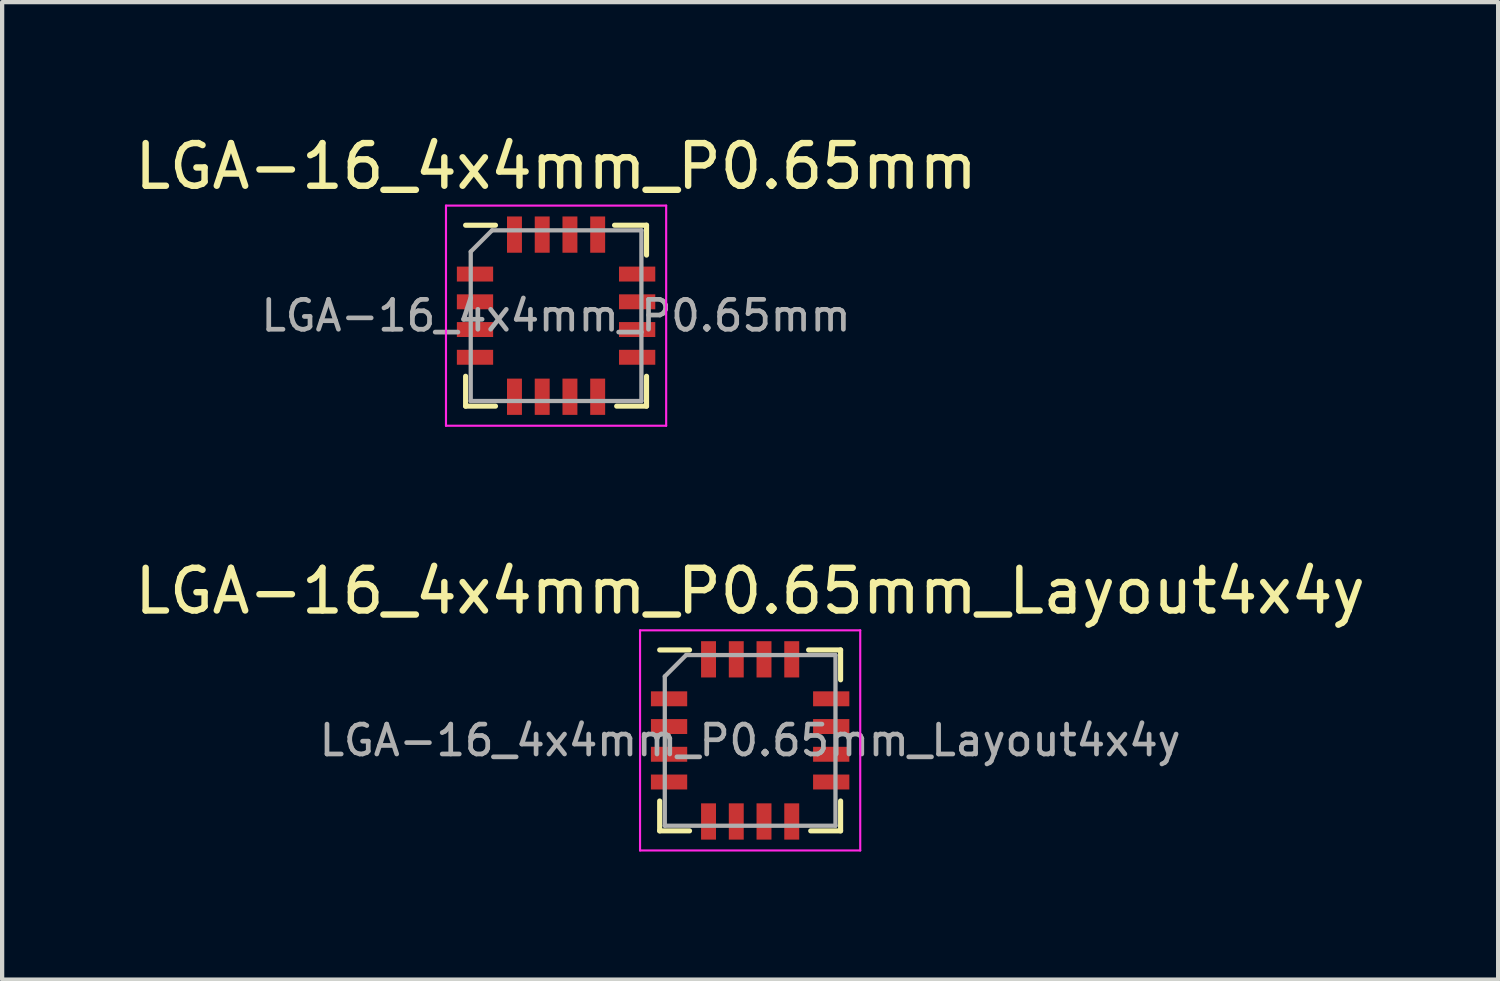
<source format=kicad_pcb>
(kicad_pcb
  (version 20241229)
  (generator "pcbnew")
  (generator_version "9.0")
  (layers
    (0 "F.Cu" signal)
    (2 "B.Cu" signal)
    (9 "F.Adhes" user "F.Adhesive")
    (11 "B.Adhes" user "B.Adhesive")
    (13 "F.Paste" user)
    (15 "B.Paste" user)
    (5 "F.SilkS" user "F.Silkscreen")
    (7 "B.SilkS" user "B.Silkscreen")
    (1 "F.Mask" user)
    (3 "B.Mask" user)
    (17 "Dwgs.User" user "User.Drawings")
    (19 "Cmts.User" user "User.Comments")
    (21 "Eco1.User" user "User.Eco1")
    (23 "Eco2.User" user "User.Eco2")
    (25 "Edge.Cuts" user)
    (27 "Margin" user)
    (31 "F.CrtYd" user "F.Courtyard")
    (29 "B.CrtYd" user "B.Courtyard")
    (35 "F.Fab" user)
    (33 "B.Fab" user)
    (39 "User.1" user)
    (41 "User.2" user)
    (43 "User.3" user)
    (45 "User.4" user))
  (footprint "LGA-16_4x4mm_P0.65mm_Layout4x4y"
    (layer "F.Cu")
    (at 14.53 14.302)
    (property "Reference" "LGA-16_4x4mm_P0.65mm_Layout4x4y" (at 0 -3.5 0) (layer "F.SilkS") (effects (font (size 1 1) (thickness 0.15))))
    (attr smd)
    (fp_line (start -2.12 -2.12) (end -1.42 -2.12) (stroke (width 0.12) (type solid)) (layer "F.SilkS"))
    (fp_line (start -2.12 2.12) (end -2.12 1.42) (stroke (width 0.12) (type solid)) (layer "F.SilkS"))
    (fp_line (start -1.42 2.12) (end -2.12 2.12) (stroke (width 0.12) (type solid)) (layer "F.SilkS"))
    (fp_line (start 1.37 -2.12) (end 2.12 -2.12) (stroke (width 0.12) (type solid)) (layer "F.SilkS"))
    (fp_line (start 2.12 -2.12) (end 2.12 -1.42) (stroke (width 0.12) (type solid)) (layer "F.SilkS"))
    (fp_line (start 2.12 1.42) (end 2.12 2.12) (stroke (width 0.12) (type solid)) (layer "F.SilkS"))
    (fp_line (start 2.12 2.12) (end 1.42 2.12) (stroke (width 0.12) (type solid)) (layer "F.SilkS"))
    (fp_line (start -2.58 -2.58) (end 2.58 -2.58) (stroke (width 0.05) (type solid)) (layer "F.CrtYd"))
    (fp_line (start -2.58 2.58) (end -2.58 -2.58) (stroke (width 0.05) (type solid)) (layer "F.CrtYd"))
    (fp_line (start 2.58 -2.58) (end 2.58 2.58) (stroke (width 0.05) (type solid)) (layer "F.CrtYd"))
    (fp_line (start 2.58 2.58) (end -2.58 2.58) (stroke (width 0.05) (type solid)) (layer "F.CrtYd"))
    (fp_line (start -2 2) (end -2 -1.5) (stroke (width 0.1) (type solid)) (layer "F.Fab"))
    (fp_line (start -1.5 -2) (end -2 -1.5) (stroke (width 0.1) (type solid)) (layer "F.Fab"))
    (fp_line (start -1.5 -2) (end 2 -2) (stroke (width 0.1) (type solid)) (layer "F.Fab"))
    (fp_line (start 2 -2) (end 2 2) (stroke (width 0.1) (type solid)) (layer "F.Fab"))
    (fp_line (start 2 2) (end -2 2) (stroke (width 0.1) (type solid)) (layer "F.Fab"))
    (fp_text user "${REFERENCE}" (at 0 0 0) (layer "F.Fab") (effects (font (size 0.7 0.7) (thickness 0.11))))
    (pad "1" smd rect (at -1.9 -0.975) (size 0.85 0.35) (layers "F.Cu" "F.Mask" "F.Paste"))
    (pad "2" smd rect (at -1.9 -0.325) (size 0.85 0.35) (layers "F.Cu" "F.Mask" "F.Paste"))
    (pad "3" smd rect (at -1.9 0.325) (size 0.85 0.35) (layers "F.Cu" "F.Mask" "F.Paste"))
    (pad "4" smd rect (at -1.9 0.975) (size 0.85 0.35) (layers "F.Cu" "F.Mask" "F.Paste"))
    (pad "5" smd rect (at -0.975 1.9 90) (size 0.85 0.35) (layers "F.Cu" "F.Mask" "F.Paste"))
    (pad "6" smd rect (at -0.325 1.9 90) (size 0.85 0.35) (layers "F.Cu" "F.Mask" "F.Paste"))
    (pad "7" smd rect (at 0.325 1.9 90) (size 0.85 0.35) (layers "F.Cu" "F.Mask" "F.Paste"))
    (pad "8" smd rect (at 0.975 1.9 90) (size 0.85 0.35) (layers "F.Cu" "F.Mask" "F.Paste"))
    (pad "9" smd rect (at 1.9 0.975) (size 0.85 0.35) (layers "F.Cu" "F.Mask" "F.Paste"))
    (pad "10" smd rect (at 1.9 0.325) (size 0.85 0.35) (layers "F.Cu" "F.Mask" "F.Paste"))
    (pad "11" smd rect (at 1.9 -0.325) (size 0.85 0.35) (layers "F.Cu" "F.Mask" "F.Paste"))
    (pad "12" smd rect (at 1.9 -0.975) (size 0.85 0.35) (layers "F.Cu" "F.Mask" "F.Paste"))
    (pad "13" smd rect (at 0.975 -1.9 90) (size 0.85 0.35) (layers "F.Cu" "F.Mask" "F.Paste"))
    (pad "14" smd rect (at 0.325 -1.9 90) (size 0.85 0.35) (layers "F.Cu" "F.Mask" "F.Paste"))
    (pad "15" smd rect (at -0.325 -1.9 90) (size 0.85 0.35) (layers "F.Cu" "F.Mask" "F.Paste"))
    (pad "16" smd rect (at -0.975 -1.9 90) (size 0.85 0.35) (layers "F.Cu" "F.Mask" "F.Paste")))
  (footprint "LGA-16_4x4mm_P0.65mm"
    (layer "F.Cu")
    (at 9.982 4.348)
    (property "Reference" "LGA-16_4x4mm_P0.65mm" (at 0 -3.5 0) (layer "F.SilkS") (effects (font (size 1 1) (thickness 0.15))))
    (attr smd)
    (fp_line (start -2.12 -2.12) (end -1.42 -2.12) (stroke (width 0.12) (type solid)) (layer "F.SilkS"))
    (fp_line (start -2.12 2.12) (end -2.12 1.42) (stroke (width 0.12) (type solid)) (layer "F.SilkS"))
    (fp_line (start -1.42 2.12) (end -2.12 2.12) (stroke (width 0.12) (type solid)) (layer "F.SilkS"))
    (fp_line (start 1.37 -2.12) (end 2.12 -2.12) (stroke (width 0.12) (type solid)) (layer "F.SilkS"))
    (fp_line (start 2.12 -2.12) (end 2.12 -1.42) (stroke (width 0.12) (type solid)) (layer "F.SilkS"))
    (fp_line (start 2.12 1.42) (end 2.12 2.12) (stroke (width 0.12) (type solid)) (layer "F.SilkS"))
    (fp_line (start 2.12 2.12) (end 1.42 2.12) (stroke (width 0.12) (type solid)) (layer "F.SilkS"))
    (fp_line (start -2.58 -2.58) (end 2.58 -2.58) (stroke (width 0.05) (type solid)) (layer "F.CrtYd"))
    (fp_line (start -2.58 2.58) (end -2.58 -2.58) (stroke (width 0.05) (type solid)) (layer "F.CrtYd"))
    (fp_line (start 2.58 -2.58) (end 2.58 2.58) (stroke (width 0.05) (type solid)) (layer "F.CrtYd"))
    (fp_line (start 2.58 2.58) (end -2.58 2.58) (stroke (width 0.05) (type solid)) (layer "F.CrtYd"))
    (fp_line (start -2 2) (end -2 -1.5) (stroke (width 0.1) (type solid)) (layer "F.Fab"))
    (fp_line (start -1.5 -2) (end -2 -1.5) (stroke (width 0.1) (type solid)) (layer "F.Fab"))
    (fp_line (start -1.5 -2) (end 2 -2) (stroke (width 0.1) (type solid)) (layer "F.Fab"))
    (fp_line (start 2 -2) (end 2 2) (stroke (width 0.1) (type solid)) (layer "F.Fab"))
    (fp_line (start 2 2) (end -2 2) (stroke (width 0.1) (type solid)) (layer "F.Fab"))
    (fp_text user "${REFERENCE}" (at 0 0 0) (layer "F.Fab") (effects (font (size 0.7 0.7) (thickness 0.11))))
    (pad "1" smd rect (at -1.9 -0.975) (size 0.85 0.35) (layers "F.Cu" "F.Mask" "F.Paste"))
    (pad "2" smd rect (at -1.9 -0.325) (size 0.85 0.35) (layers "F.Cu" "F.Mask" "F.Paste"))
    (pad "3" smd rect (at -1.9 0.325) (size 0.85 0.35) (layers "F.Cu" "F.Mask" "F.Paste"))
    (pad "4" smd rect (at -1.9 0.975) (size 0.85 0.35) (layers "F.Cu" "F.Mask" "F.Paste"))
    (pad "5" smd rect (at -0.975 1.9 90) (size 0.85 0.35) (layers "F.Cu" "F.Mask" "F.Paste"))
    (pad "6" smd rect (at -0.325 1.9 90) (size 0.85 0.35) (layers "F.Cu" "F.Mask" "F.Paste"))
    (pad "7" smd rect (at 0.325 1.9 90) (size 0.85 0.35) (layers "F.Cu" "F.Mask" "F.Paste"))
    (pad "8" smd rect (at 0.975 1.9 90) (size 0.85 0.35) (layers "F.Cu" "F.Mask" "F.Paste"))
    (pad "9" smd rect (at 1.9 0.975) (size 0.85 0.35) (layers "F.Cu" "F.Mask" "F.Paste"))
    (pad "10" smd rect (at 1.9 0.325) (size 0.85 0.35) (layers "F.Cu" "F.Mask" "F.Paste"))
    (pad "11" smd rect (at 1.9 -0.325) (size 0.85 0.35) (layers "F.Cu" "F.Mask" "F.Paste"))
    (pad "12" smd rect (at 1.9 -0.975) (size 0.85 0.35) (layers "F.Cu" "F.Mask" "F.Paste"))
    (pad "13" smd rect (at 0.975 -1.9 90) (size 0.85 0.35) (layers "F.Cu" "F.Mask" "F.Paste"))
    (pad "14" smd rect (at 0.325 -1.9 90) (size 0.85 0.35) (layers "F.Cu" "F.Mask" "F.Paste"))
    (pad "15" smd rect (at -0.325 -1.9 90) (size 0.85 0.35) (layers "F.Cu" "F.Mask" "F.Paste"))
    (pad "16" smd rect (at -0.975 -1.9 90) (size 0.85 0.35) (layers "F.Cu" "F.Mask" "F.Paste")))
  (gr_rect
    (start -3 -3)
    (end 32.06 19.907)
    (stroke (width 0.1) (type default))
    (fill no)
    (layer "Edge.Cuts")))
</source>
